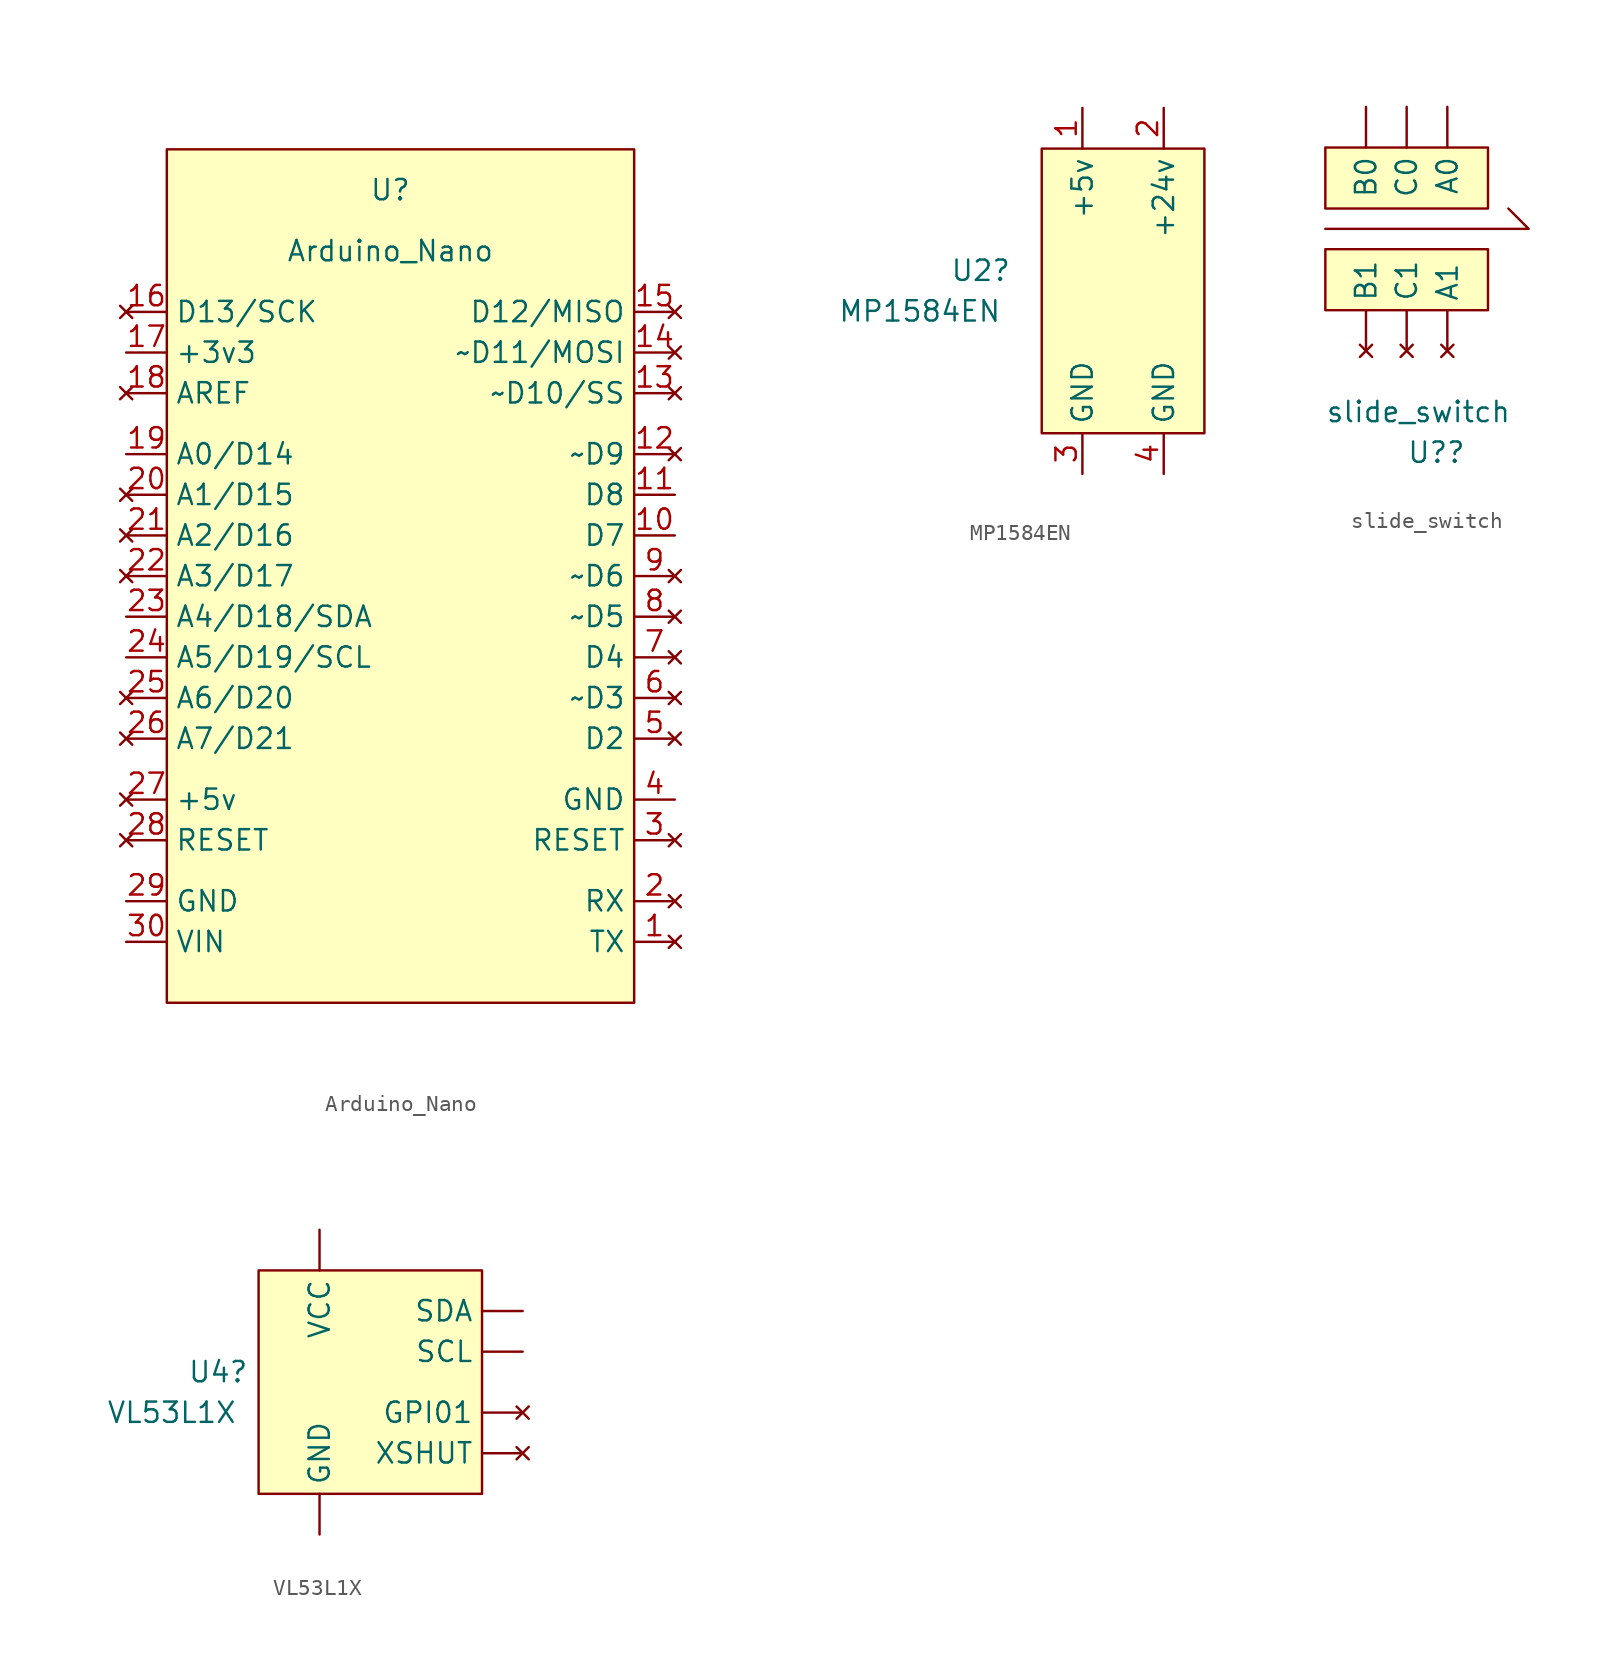
<source format=kicad_sym>
(kicad_symbol_lib
  (version 20211014)
  (generator kicad_symbol_editor)
  (symbol "Arduino_Nano"
    (property "Reference" "U"
      (at 0 10.16 0)
      (effects (font (size 1.27 1.27))))
    (property "Value" "Arduino_Nano"
      (at 0 6.35 0)
      (effects (font (size 1.27 1.27))))
    (symbol "Arduino_Nano_0_1"
      (rectangle (start -13.97 12.7) (end 15.24 -40.64) (stroke (width 0) (type default) (color 0 0 0 0)) (fill (type background))))
    (symbol "Arduino_Nano_1_1"
      (pin no_connect line (at 17.78 -36.83 180) (length 2.54) (name "TX" (effects (font (size 1.27 1.27)))) (number "1" (effects (font (size 1.27 1.27)))))
      (pin input line (at 17.78 -11.43 180) (length 2.54) (name "D7" (effects (font (size 1.27 1.27)))) (number "10" (effects (font (size 1.27 1.27)))))
      (pin input line (at 17.78 -8.89 180) (length 2.54) (name "D8" (effects (font (size 1.27 1.27)))) (number "11" (effects (font (size 1.27 1.27)))))
      (pin no_connect line (at 17.78 -6.35 180) (length 2.54) (name "~D9" (effects (font (size 1.27 1.27)))) (number "12" (effects (font (size 1.27 1.27)))))
      (pin no_connect line (at 17.78 -2.54 180) (length 2.54) (name "~D10/SS" (effects (font (size 1.27 1.27)))) (number "13" (effects (font (size 1.27 1.27)))))
      (pin no_connect line (at 17.78 0 180) (length 2.54) (name "~D11/MOSI" (effects (font (size 1.27 1.27)))) (number "14" (effects (font (size 1.27 1.27)))))
      (pin no_connect line (at 17.78 2.54 180) (length 2.54) (name "D12/MISO" (effects (font (size 1.27 1.27)))) (number "15" (effects (font (size 1.27 1.27)))))
      (pin no_connect line (at -16.51 2.54 0) (length 2.54) (name "D13/SCK" (effects (font (size 1.27 1.27)))) (number "16" (effects (font (size 1.27 1.27)))))
      (pin input line (at -16.51 0 0) (length 2.54) (name "+3v3" (effects (font (size 1.27 1.27)))) (number "17" (effects (font (size 1.27 1.27)))))
      (pin no_connect line (at -16.51 -2.54 0) (length 2.54) (name "AREF" (effects (font (size 1.27 1.27)))) (number "18" (effects (font (size 1.27 1.27)))))
      (pin input line (at -16.51 -6.35 0) (length 2.54) (name "A0/D14" (effects (font (size 1.27 1.27)))) (number "19" (effects (font (size 1.27 1.27)))))
      (pin no_connect line (at 17.78 -34.29 180) (length 2.54) (name "RX" (effects (font (size 1.27 1.27)))) (number "2" (effects (font (size 1.27 1.27)))))
      (pin no_connect line (at -16.51 -8.89 0) (length 2.54) (name "A1/D15" (effects (font (size 1.27 1.27)))) (number "20" (effects (font (size 1.27 1.27)))))
      (pin no_connect line (at -16.51 -11.43 0) (length 2.54) (name "A2/D16" (effects (font (size 1.27 1.27)))) (number "21" (effects (font (size 1.27 1.27)))))
      (pin no_connect line (at -16.51 -13.97 0) (length 2.54) (name "A3/D17" (effects (font (size 1.27 1.27)))) (number "22" (effects (font (size 1.27 1.27)))))
      (pin input line (at -16.51 -16.51 0) (length 2.54) (name "A4/D18/SDA" (effects (font (size 1.27 1.27)))) (number "23" (effects (font (size 1.27 1.27)))))
      (pin input line (at -16.51 -19.05 0) (length 2.54) (name "A5/D19/SCL" (effects (font (size 1.27 1.27)))) (number "24" (effects (font (size 1.27 1.27)))))
      (pin no_connect line (at -16.51 -21.59 0) (length 2.54) (name "A6/D20" (effects (font (size 1.27 1.27)))) (number "25" (effects (font (size 1.27 1.27)))))
      (pin no_connect line (at -16.51 -24.13 0) (length 2.54) (name "A7/D21" (effects (font (size 1.27 1.27)))) (number "26" (effects (font (size 1.27 1.27)))))
      (pin no_connect line (at -16.51 -27.94 0) (length 2.54) (name "+5v" (effects (font (size 1.27 1.27)))) (number "27" (effects (font (size 1.27 1.27)))))
      (pin no_connect line (at -16.51 -30.48 0) (length 2.54) (name "RESET" (effects (font (size 1.27 1.27)))) (number "28" (effects (font (size 1.27 1.27)))))
      (pin input line (at -16.51 -34.29 0) (length 2.54) (name "GND" (effects (font (size 1.27 1.27)))) (number "29" (effects (font (size 1.27 1.27)))))
      (pin no_connect line (at 17.78 -30.48 180) (length 2.54) (name "RESET" (effects (font (size 1.27 1.27)))) (number "3" (effects (font (size 1.27 1.27)))))
      (pin input line (at -16.51 -36.83 0) (length 2.54) (name "VIN" (effects (font (size 1.27 1.27)))) (number "30" (effects (font (size 1.27 1.27)))))
      (pin input line (at 17.78 -27.94 180) (length 2.54) (name "GND" (effects (font (size 1.27 1.27)))) (number "4" (effects (font (size 1.27 1.27)))))
      (pin no_connect line (at 17.78 -24.13 180) (length 2.54) (name "D2" (effects (font (size 1.27 1.27)))) (number "5" (effects (font (size 1.27 1.27)))))
      (pin no_connect line (at 17.78 -21.59 180) (length 2.54) (name "~D3" (effects (font (size 1.27 1.27)))) (number "6" (effects (font (size 1.27 1.27)))))
      (pin no_connect line (at 17.78 -19.05 180) (length 2.54) (name "D4" (effects (font (size 1.27 1.27)))) (number "7" (effects (font (size 1.27 1.27)))))
      (pin no_connect line (at 17.78 -16.51 180) (length 2.54) (name "~D5" (effects (font (size 1.27 1.27)))) (number "8" (effects (font (size 1.27 1.27)))))
      (pin no_connect line (at 17.78 -13.97 180) (length 2.54) (name "~D6" (effects (font (size 1.27 1.27)))) (number "9" (effects (font (size 1.27 1.27)))))))
  (symbol "MP1584EN"
    (property "Reference" "U2"
      (at -8.89 0 0)
      (effects (font (size 1.27 1.27))))
    (property "Value" "MP1584EN"
      (at -12.7 -2.54 0)
      (effects (font (size 1.27 1.27))))
    (symbol "MP1584EN_0_1"
      (rectangle (start -5.08 7.62) (end 5.08 -10.16) (stroke (width 0) (type default) (color 0 0 0 0)) (fill (type background))))
    (symbol "MP1584EN_1_1"
      (pin power_out line (at -2.54 10.16 270) (length 2.54) (name "+5v" (effects (font (size 1.27 1.27)))) (number "1" (effects (font (size 1.27 1.27)))))
      (pin power_in line (at 2.54 10.16 270) (length 2.54) (name "+24v" (effects (font (size 1.27 1.27)))) (number "2" (effects (font (size 1.27 1.27)))))
      (pin power_out line (at -2.54 -12.7 90) (length 2.54) (name "GND" (effects (font (size 1.27 1.27)))) (number "3" (effects (font (size 1.27 1.27)))))
      (pin power_in line (at 2.54 -12.7 90) (length 2.54) (name "GND" (effects (font (size 1.27 1.27)))) (number "4" (effects (font (size 1.27 1.27)))))))
  (symbol "slide_switch"
    (property "Reference" "U?"
      (at 0 -13.97 0)
      (effects (font (size 1.27 1.27)) (justify left)))
    (property "Value" "slide_switch"
      (at -5.08 -11.43 0)
      (effects (font (size 1.27 1.27)) (justify left)))
    (symbol "slide_switch_0_0"
      (polyline (pts (xy -5.08 0) (xy 7.62 0) (xy 6.35 1.27)) (stroke (width 0) (type default) (color 0 0 0 0)) (fill (type none))))
    (symbol "slide_switch_0_1"
      (rectangle (start 5.08 -1.27) (end -5.08 -5.08) (stroke (width 0) (type default) (color 0 0 0 0)) (fill (type background)))
      (rectangle (start 5.08 5.08) (end -5.08 1.27) (stroke (width 0) (type default) (color 0 0 0 0)) (fill (type background))))
    (symbol "slide_switch_1_1"
      (pin bidirectional line (at 2.54 7.62 270) (length 2.54) (name "A0" (effects (font (size 1.27 1.27)))) (number "" (effects (font (size 1.27 1.27)))))
      (pin no_connect line (at 2.54 -7.62 90) (length 2.54) (name "A1" (effects (font (size 1.27 1.27)))) (number "" (effects (font (size 1.27 1.27)))))
      (pin bidirectional line (at -2.54 7.62 270) (length 2.54) (name "B0" (effects (font (size 1.27 1.27)))) (number "" (effects (font (size 1.27 1.27)))))
      (pin no_connect line (at -2.54 -7.62 90) (length 2.54) (name "B1" (effects (font (size 1.27 1.27)))) (number "" (effects (font (size 1.27 1.27)))))
      (pin bidirectional line (at 0 7.62 270) (length 2.54) (name "C0" (effects (font (size 1.27 1.27)))) (number "" (effects (font (size 1.27 1.27)))))
      (pin no_connect line (at 0 -7.62 90) (length 2.54) (name "C1" (effects (font (size 1.27 1.27)))) (number "" (effects (font (size 1.27 1.27)))))))
  (symbol "VL53L1X"
    (property "Reference" "U4"
      (at -17.145 -12.7 0)
      (effects (font (size 1.27 1.27)) (justify left)))
    (property "Value" "VL53L1X"
      (at -22.225 -15.24 0)
      (effects (font (size 1.27 1.27)) (justify left)))
    (symbol "VL53L1X_0_1"
      (rectangle (start -12.7 -6.35) (end 1.27 -20.32) (stroke (width 0) (type default) (color 0 0 0 0)) (fill (type background))))
    (symbol "VL53L1X_1_1"
      (pin power_in line (at -8.89 -22.86 90) (length 2.54) (name "GND" (effects (font (size 1.27 1.27)))) (number "" (effects (font (size 1.27 1.27)))))
      (pin no_connect line (at 3.81 -15.24 180) (length 2.54) (name "GPI01" (effects (font (size 1.27 1.27)))) (number "" (effects (font (size 1.27 1.27)))))
      (pin input line (at 3.81 -11.43 180) (length 2.54) (name "SCL" (effects (font (size 1.27 1.27)))) (number "" (effects (font (size 1.27 1.27)))))
      (pin bidirectional line (at 3.81 -8.89 180) (length 2.54) (name "SDA" (effects (font (size 1.27 1.27)))) (number "" (effects (font (size 1.27 1.27)))))
      (pin power_in line (at -8.89 -3.81 270) (length 2.54) (name "VCC" (effects (font (size 1.27 1.27)))) (number "" (effects (font (size 1.27 1.27)))))
      (pin no_connect line (at 3.81 -17.78 180) (length 2.54) (name "XSHUT" (effects (font (size 1.27 1.27)))) (number "" (effects (font (size 1.27 1.27))))))))
</source>
